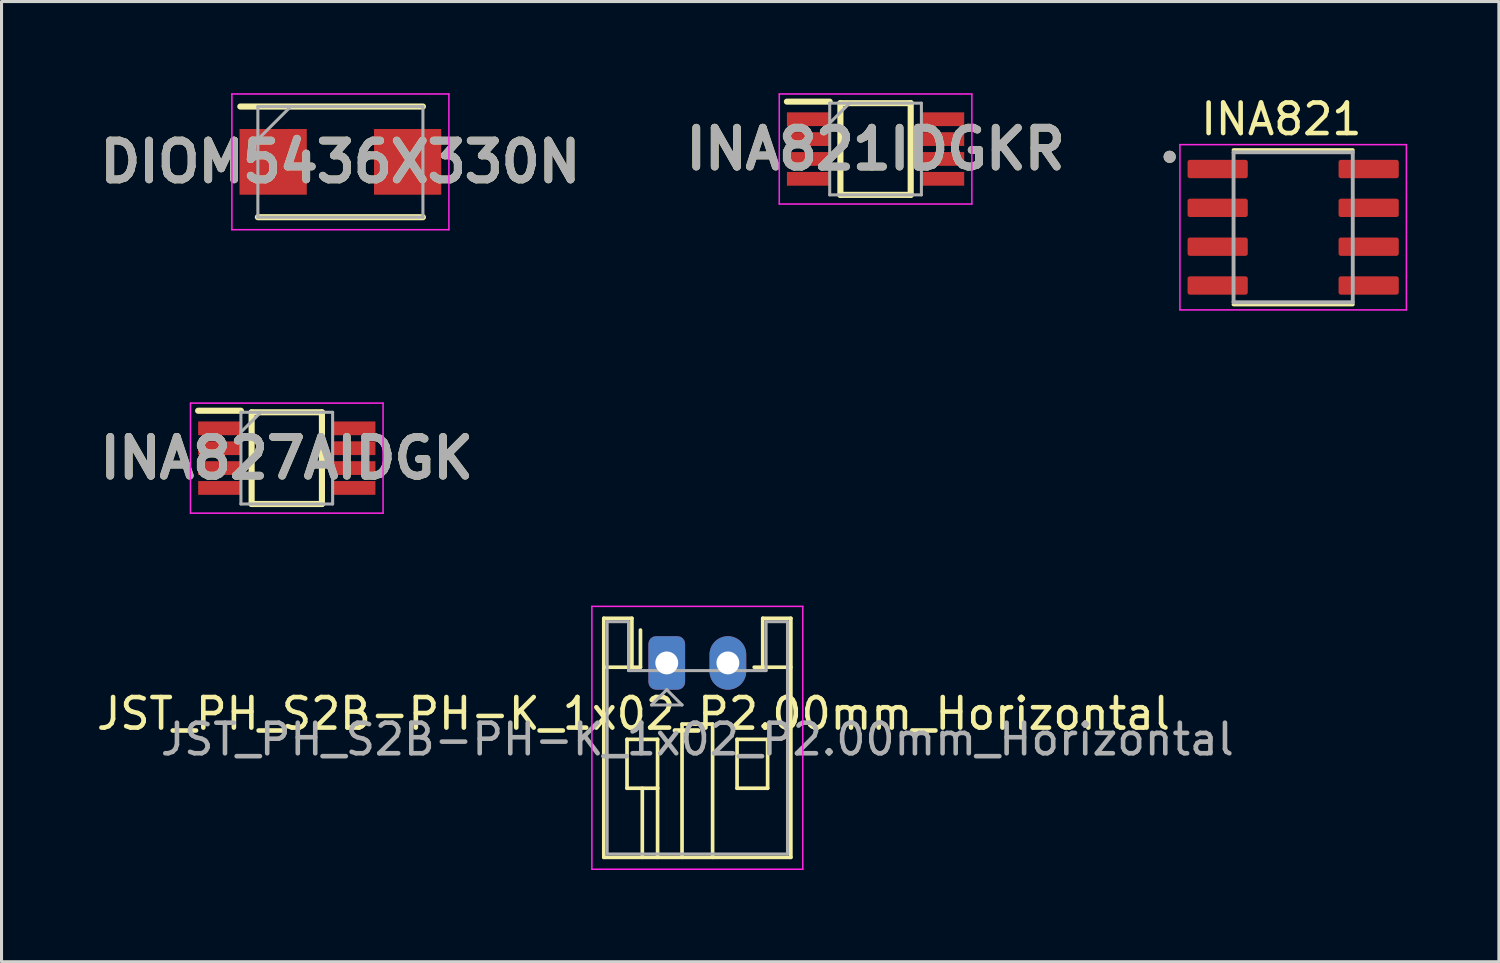
<source format=kicad_pcb>
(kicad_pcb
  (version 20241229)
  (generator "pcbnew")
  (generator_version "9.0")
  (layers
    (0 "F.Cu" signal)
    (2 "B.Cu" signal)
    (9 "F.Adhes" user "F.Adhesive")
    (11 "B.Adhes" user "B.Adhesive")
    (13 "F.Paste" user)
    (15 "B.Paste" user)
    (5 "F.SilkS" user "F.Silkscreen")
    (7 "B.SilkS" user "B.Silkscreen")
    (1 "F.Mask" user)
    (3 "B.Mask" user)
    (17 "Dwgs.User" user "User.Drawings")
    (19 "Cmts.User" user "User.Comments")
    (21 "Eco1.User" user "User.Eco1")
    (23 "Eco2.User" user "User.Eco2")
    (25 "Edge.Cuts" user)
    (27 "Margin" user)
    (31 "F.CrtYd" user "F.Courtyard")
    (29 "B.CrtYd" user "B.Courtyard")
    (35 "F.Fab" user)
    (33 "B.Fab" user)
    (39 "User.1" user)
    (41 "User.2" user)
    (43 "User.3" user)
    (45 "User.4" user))
  (footprint "INA827AIDGK"
    (layer "F.Cu")
    (at 6.332 11.938)
    (property "Reference" "INA827AIDGK" (at 0 0 0) (layer "F.SilkS") (effects (font (size 1.27 1.27) (thickness 0.254))))
    (attr smd)
    (fp_line (start -2.9 -1.55) (end -1.5 -1.55) (stroke (width 0.2) (type solid)) (layer "F.SilkS"))
    (fp_line (start -1.15 -1.5) (end 1.15 -1.5) (stroke (width 0.2) (type solid)) (layer "F.SilkS"))
    (fp_line (start -1.15 1.5) (end -1.15 -1.5) (stroke (width 0.2) (type solid)) (layer "F.SilkS"))
    (fp_line (start 1.15 -1.5) (end 1.15 1.5) (stroke (width 0.2) (type solid)) (layer "F.SilkS"))
    (fp_line (start 1.15 1.5) (end -1.15 1.5) (stroke (width 0.2) (type solid)) (layer "F.SilkS"))
    (fp_line (start -3.15 -1.8) (end 3.15 -1.8) (stroke (width 0.05) (type solid)) (layer "F.CrtYd"))
    (fp_line (start -3.15 1.8) (end -3.15 -1.8) (stroke (width 0.05) (type solid)) (layer "F.CrtYd"))
    (fp_line (start 3.15 -1.8) (end 3.15 1.8) (stroke (width 0.05) (type solid)) (layer "F.CrtYd"))
    (fp_line (start 3.15 1.8) (end -3.15 1.8) (stroke (width 0.05) (type solid)) (layer "F.CrtYd"))
    (fp_line (start -1.5 -1.5) (end 1.5 -1.5) (stroke (width 0.1) (type solid)) (layer "F.Fab"))
    (fp_line (start -1.5 -0.85) (end -0.85 -1.5) (stroke (width 0.1) (type solid)) (layer "F.Fab"))
    (fp_line (start -1.5 1.5) (end -1.5 -1.5) (stroke (width 0.1) (type solid)) (layer "F.Fab"))
    (fp_line (start 1.5 -1.5) (end 1.5 1.5) (stroke (width 0.1) (type solid)) (layer "F.Fab"))
    (fp_line (start 1.5 1.5) (end -1.5 1.5) (stroke (width 0.1) (type solid)) (layer "F.Fab"))
    (fp_text user "${REFERENCE}" (at 0 0 0) (layer "F.Fab") (effects (font (size 1.27 1.27) (thickness 0.254))))
    (pad "1" smd rect (at -2.2 -0.975 90) (size 0.45 1.4) (layers "F.Cu" "F.Mask" "F.Paste"))
    (pad "2" smd rect (at -2.2 -0.325 90) (size 0.45 1.4) (layers "F.Cu" "F.Mask" "F.Paste"))
    (pad "3" smd rect (at -2.2 0.325 90) (size 0.45 1.4) (layers "F.Cu" "F.Mask" "F.Paste"))
    (pad "4" smd rect (at -2.2 0.975 90) (size 0.45 1.4) (layers "F.Cu" "F.Mask" "F.Paste"))
    (pad "5" smd rect (at 2.2 0.975 90) (size 0.45 1.4) (layers "F.Cu" "F.Mask" "F.Paste"))
    (pad "6" smd rect (at 2.2 0.325 90) (size 0.45 1.4) (layers "F.Cu" "F.Mask" "F.Paste"))
    (pad "7" smd rect (at 2.2 -0.325 90) (size 0.45 1.4) (layers "F.Cu" "F.Mask" "F.Paste"))
    (pad "8" smd rect (at 2.2 -0.975 90) (size 0.45 1.4) (layers "F.Cu" "F.Mask" "F.Paste")))
  (footprint "INA821IDGKR"
    (layer "F.Cu")
    (at 25.594 1.825)
    (property "Reference" "INA821IDGKR" (at 0 0 0) (layer "F.SilkS") (effects (font (size 1.27 1.27) (thickness 0.254))))
    (attr smd)
    (fp_line (start -2.9 -1.55) (end -1.5 -1.55) (stroke (width 0.2) (type solid)) (layer "F.SilkS"))
    (fp_line (start -1.15 -1.5) (end 1.15 -1.5) (stroke (width 0.2) (type solid)) (layer "F.SilkS"))
    (fp_line (start -1.15 1.5) (end -1.15 -1.5) (stroke (width 0.2) (type solid)) (layer "F.SilkS"))
    (fp_line (start 1.15 -1.5) (end 1.15 1.5) (stroke (width 0.2) (type solid)) (layer "F.SilkS"))
    (fp_line (start 1.15 1.5) (end -1.15 1.5) (stroke (width 0.2) (type solid)) (layer "F.SilkS"))
    (fp_line (start -3.15 -1.8) (end 3.15 -1.8) (stroke (width 0.05) (type solid)) (layer "F.CrtYd"))
    (fp_line (start -3.15 1.8) (end -3.15 -1.8) (stroke (width 0.05) (type solid)) (layer "F.CrtYd"))
    (fp_line (start 3.15 -1.8) (end 3.15 1.8) (stroke (width 0.05) (type solid)) (layer "F.CrtYd"))
    (fp_line (start 3.15 1.8) (end -3.15 1.8) (stroke (width 0.05) (type solid)) (layer "F.CrtYd"))
    (fp_line (start -1.5 -1.5) (end 1.5 -1.5) (stroke (width 0.1) (type solid)) (layer "F.Fab"))
    (fp_line (start -1.5 -0.85) (end -0.85 -1.5) (stroke (width 0.1) (type solid)) (layer "F.Fab"))
    (fp_line (start -1.5 1.5) (end -1.5 -1.5) (stroke (width 0.1) (type solid)) (layer "F.Fab"))
    (fp_line (start 1.5 -1.5) (end 1.5 1.5) (stroke (width 0.1) (type solid)) (layer "F.Fab"))
    (fp_line (start 1.5 1.5) (end -1.5 1.5) (stroke (width 0.1) (type solid)) (layer "F.Fab"))
    (fp_text user "${REFERENCE}" (at 0 0 0) (layer "F.Fab") (effects (font (size 1.27 1.27) (thickness 0.254))))
    (pad "1" smd rect (at -2.2 -0.975 90) (size 0.45 1.4) (layers "F.Cu" "F.Mask" "F.Paste"))
    (pad "2" smd rect (at -2.2 -0.325 90) (size 0.45 1.4) (layers "F.Cu" "F.Mask" "F.Paste"))
    (pad "3" smd rect (at -2.2 0.325 90) (size 0.45 1.4) (layers "F.Cu" "F.Mask" "F.Paste"))
    (pad "4" smd rect (at -2.2 0.975 90) (size 0.45 1.4) (layers "F.Cu" "F.Mask" "F.Paste"))
    (pad "5" smd rect (at 2.2 0.975 90) (size 0.45 1.4) (layers "F.Cu" "F.Mask" "F.Paste"))
    (pad "6" smd rect (at 2.2 0.325 90) (size 0.45 1.4) (layers "F.Cu" "F.Mask" "F.Paste"))
    (pad "7" smd rect (at 2.2 -0.325 90) (size 0.45 1.4) (layers "F.Cu" "F.Mask" "F.Paste"))
    (pad "8" smd rect (at 2.2 -0.975 90) (size 0.45 1.4) (layers "F.Cu" "F.Mask" "F.Paste")))
  (footprint "INA821"
    (layer "F.Cu")
    (at 39.256 4.385)
    (property "Reference" "INA821" (at -0.385 -3.537 0) (layer "F.SilkS") (effects (font (size 1 1) (thickness 0.15))))
    (attr smd)
    (fp_line (start -1.95 -2.525) (end 1.95 -2.525) (stroke (width 0.127) (type solid)) (layer "F.SilkS"))
    (fp_line (start -1.95 2.525) (end 1.95 2.525) (stroke (width 0.127) (type solid)) (layer "F.SilkS"))
    (fp_circle (center -4.04 -2.305) (end -3.94 -2.305) (stroke (width 0.2) (type solid)) (fill no) (layer "F.SilkS"))
    (fp_line (start -3.705 -2.703) (end -3.705 2.703) (stroke (width 0.05) (type solid)) (layer "F.CrtYd"))
    (fp_line (start -3.705 -2.703) (end 3.705 -2.703) (stroke (width 0.05) (type solid)) (layer "F.CrtYd"))
    (fp_line (start -3.705 2.703) (end 3.705 2.703) (stroke (width 0.05) (type solid)) (layer "F.CrtYd"))
    (fp_line (start 3.705 -2.703) (end 3.705 2.703) (stroke (width 0.05) (type solid)) (layer "F.CrtYd"))
    (fp_line (start -1.95 -2.453) (end -1.95 2.453) (stroke (width 0.127) (type solid)) (layer "F.Fab"))
    (fp_line (start -1.95 -2.453) (end 1.95 -2.453) (stroke (width 0.127) (type solid)) (layer "F.Fab"))
    (fp_line (start -1.95 2.453) (end 1.95 2.453) (stroke (width 0.127) (type solid)) (layer "F.Fab"))
    (fp_line (start 1.95 -2.453) (end 1.95 2.453) (stroke (width 0.127) (type solid)) (layer "F.Fab"))
    (fp_circle (center -4.04 -2.305) (end -3.94 -2.305) (stroke (width 0.2) (type solid)) (fill no) (layer "F.Fab"))
    (pad "1" smd roundrect (at -2.47 -1.905) (size 1.97 0.6) (layers "F.Cu" "F.Mask" "F.Paste") (roundrect_rratio 0.125))
    (pad "2" smd roundrect (at -2.47 -0.635) (size 1.97 0.6) (layers "F.Cu" "F.Mask" "F.Paste") (roundrect_rratio 0.125))
    (pad "3" smd roundrect (at -2.47 0.635) (size 1.97 0.6) (layers "F.Cu" "F.Mask" "F.Paste") (roundrect_rratio 0.125))
    (pad "4" smd roundrect (at -2.47 1.905) (size 1.97 0.6) (layers "F.Cu" "F.Mask" "F.Paste") (roundrect_rratio 0.125))
    (pad "5" smd roundrect (at 2.47 1.905) (size 1.97 0.6) (layers "F.Cu" "F.Mask" "F.Paste") (roundrect_rratio 0.125))
    (pad "6" smd roundrect (at 2.47 0.635) (size 1.97 0.6) (layers "F.Cu" "F.Mask" "F.Paste") (roundrect_rratio 0.125))
    (pad "7" smd roundrect (at 2.47 -0.635) (size 1.97 0.6) (layers "F.Cu" "F.Mask" "F.Paste") (roundrect_rratio 0.125))
    (pad "8" smd roundrect (at 2.47 -1.905) (size 1.97 0.6) (layers "F.Cu" "F.Mask" "F.Paste") (roundrect_rratio 0.125)))
  (footprint "DIOM5436X330N"
    (layer "F.Cu")
    (at 8.086 2.245)
    (property "Reference" "DIOM5436X330N" (at 0 0 0) (layer "F.SilkS") (effects (font (size 1.27 1.27) (thickness 0.254))))
    (attr smd)
    (fp_line (start -2.7 1.81) (end 2.7 1.81) (stroke (width 0.2) (type solid)) (layer "F.SilkS"))
    (fp_line (start 2.7 -1.81) (end -3.275 -1.81) (stroke (width 0.2) (type solid)) (layer "F.SilkS"))
    (fp_line (start -3.55 -2.22) (end 3.55 -2.22) (stroke (width 0.05) (type solid)) (layer "F.CrtYd"))
    (fp_line (start -3.55 2.22) (end -3.55 -2.22) (stroke (width 0.05) (type solid)) (layer "F.CrtYd"))
    (fp_line (start 3.55 -2.22) (end 3.55 2.22) (stroke (width 0.05) (type solid)) (layer "F.CrtYd"))
    (fp_line (start 3.55 2.22) (end -3.55 2.22) (stroke (width 0.05) (type solid)) (layer "F.CrtYd"))
    (fp_line (start -2.7 -1.81) (end 2.7 -1.81) (stroke (width 0.1) (type solid)) (layer "F.Fab"))
    (fp_line (start -2.7 -0.735) (end -1.625 -1.81) (stroke (width 0.1) (type solid)) (layer "F.Fab"))
    (fp_line (start -2.7 1.81) (end -2.7 -1.81) (stroke (width 0.1) (type solid)) (layer "F.Fab"))
    (fp_line (start 2.7 -1.81) (end 2.7 1.81) (stroke (width 0.1) (type solid)) (layer "F.Fab"))
    (fp_line (start 2.7 1.81) (end -2.7 1.81) (stroke (width 0.1) (type solid)) (layer "F.Fab"))
    (fp_text user "${REFERENCE}" (at 0 0 0) (layer "F.Fab") (effects (font (size 1.27 1.27) (thickness 0.254))))
    (pad "1" smd rect (at -2.2 0 90) (size 2.15 2.2) (layers "F.Cu" "F.Mask" "F.Paste"))
    (pad "2" smd rect (at 2.2 0 90) (size 2.15 2.2) (layers "F.Cu" "F.Mask" "F.Paste")))
  (footprint "JST_PH_S2B-PH-K_1x02_P2.00mm_Horizontal"
    (layer "F.Cu")
    (at 18.763 18.638)
    (property "Reference" "JST_PH_S2B-PH-K_1x02_P2.00mm_Horizontal" (at -1.09 1.66 180) (layer "F.SilkS") (effects (font (size 1 1) (thickness 0.15))))
    (attr through_hole)
    (fp_line (start -2.06 -1.46) (end -2.06 6.36) (stroke (width 0.12) (type solid)) (layer "F.SilkS"))
    (fp_line (start -2.06 0.14) (end -1.14 0.14) (stroke (width 0.12) (type solid)) (layer "F.SilkS"))
    (fp_line (start -2.06 6.36) (end 4.06 6.36) (stroke (width 0.12) (type solid)) (layer "F.SilkS"))
    (fp_line (start -1.3 2.5) (end -1.3 4.1) (stroke (width 0.12) (type solid)) (layer "F.SilkS"))
    (fp_line (start -1.3 4.1) (end -0.3 4.1) (stroke (width 0.12) (type solid)) (layer "F.SilkS"))
    (fp_line (start -1.14 -1.46) (end -2.06 -1.46) (stroke (width 0.12) (type solid)) (layer "F.SilkS"))
    (fp_line (start -1.14 0.14) (end -1.14 -1.46) (stroke (width 0.12) (type solid)) (layer "F.SilkS"))
    (fp_line (start -0.86 0.14) (end -1.14 0.14) (stroke (width 0.12) (type solid)) (layer "F.SilkS"))
    (fp_line (start -0.86 0.14) (end -0.86 -1.075) (stroke (width 0.12) (type solid)) (layer "F.SilkS"))
    (fp_line (start -0.8 4.1) (end -0.8 6.36) (stroke (width 0.12) (type solid)) (layer "F.SilkS"))
    (fp_line (start -0.3 2.5) (end -1.3 2.5) (stroke (width 0.12) (type solid)) (layer "F.SilkS"))
    (fp_line (start -0.3 4.1) (end -0.3 2.5) (stroke (width 0.12) (type solid)) (layer "F.SilkS"))
    (fp_line (start -0.3 4.1) (end -0.3 6.36) (stroke (width 0.12) (type solid)) (layer "F.SilkS"))
    (fp_line (start 0.5 2) (end 1.5 2) (stroke (width 0.12) (type solid)) (layer "F.SilkS"))
    (fp_line (start 0.5 6.36) (end 0.5 2) (stroke (width 0.12) (type solid)) (layer "F.SilkS"))
    (fp_line (start 1.5 2) (end 1.5 6.36) (stroke (width 0.12) (type solid)) (layer "F.SilkS"))
    (fp_line (start 2.3 2.5) (end 3.3 2.5) (stroke (width 0.12) (type solid)) (layer "F.SilkS"))
    (fp_line (start 2.3 4.1) (end 2.3 2.5) (stroke (width 0.12) (type solid)) (layer "F.SilkS"))
    (fp_line (start 3.14 -1.46) (end 3.14 0.14) (stroke (width 0.12) (type solid)) (layer "F.SilkS"))
    (fp_line (start 3.14 0.14) (end 2.86 0.14) (stroke (width 0.12) (type solid)) (layer "F.SilkS"))
    (fp_line (start 3.3 2.5) (end 3.3 4.1) (stroke (width 0.12) (type solid)) (layer "F.SilkS"))
    (fp_line (start 3.3 4.1) (end 2.3 4.1) (stroke (width 0.12) (type solid)) (layer "F.SilkS"))
    (fp_line (start 4.06 -1.46) (end 3.14 -1.46) (stroke (width 0.12) (type solid)) (layer "F.SilkS"))
    (fp_line (start 4.06 0.14) (end 3.14 0.14) (stroke (width 0.12) (type solid)) (layer "F.SilkS"))
    (fp_line (start 4.06 6.36) (end 4.06 -1.46) (stroke (width 0.12) (type solid)) (layer "F.SilkS"))
    (fp_line (start -2.45 -1.85) (end -2.45 6.75) (stroke (width 0.05) (type solid)) (layer "F.CrtYd"))
    (fp_line (start -2.45 6.75) (end 4.45 6.75) (stroke (width 0.05) (type solid)) (layer "F.CrtYd"))
    (fp_line (start 4.45 -1.85) (end -2.45 -1.85) (stroke (width 0.05) (type solid)) (layer "F.CrtYd"))
    (fp_line (start 4.45 6.75) (end 4.45 -1.85) (stroke (width 0.05) (type solid)) (layer "F.CrtYd"))
    (fp_line (start -1.95 -1.35) (end -1.95 6.25) (stroke (width 0.1) (type solid)) (layer "F.Fab"))
    (fp_line (start -1.95 6.25) (end 3.95 6.25) (stroke (width 0.1) (type solid)) (layer "F.Fab"))
    (fp_line (start -1.25 -1.35) (end -1.95 -1.35) (stroke (width 0.1) (type solid)) (layer "F.Fab"))
    (fp_line (start -1.25 0.25) (end -1.25 -1.35) (stroke (width 0.1) (type solid)) (layer "F.Fab"))
    (fp_line (start -0.5 1.375) (end 0.5 1.375) (stroke (width 0.1) (type solid)) (layer "F.Fab"))
    (fp_line (start 0 0.875) (end -0.5 1.375) (stroke (width 0.1) (type solid)) (layer "F.Fab"))
    (fp_line (start 0.5 1.375) (end 0 0.875) (stroke (width 0.1) (type solid)) (layer "F.Fab"))
    (fp_line (start 3.25 -1.35) (end 3.25 0.25) (stroke (width 0.1) (type solid)) (layer "F.Fab"))
    (fp_line (start 3.25 0.25) (end -1.25 0.25) (stroke (width 0.1) (type solid)) (layer "F.Fab"))
    (fp_line (start 3.95 -1.35) (end 3.25 -1.35) (stroke (width 0.1) (type solid)) (layer "F.Fab"))
    (fp_line (start 3.95 6.25) (end 3.95 -1.35) (stroke (width 0.1) (type solid)) (layer "F.Fab"))
    (fp_text user "${REFERENCE}" (at 1 2.5 180) (layer "F.Fab") (effects (font (size 1 1) (thickness 0.15))))
    (pad "1" thru_hole roundrect (at 0 0) (size 1.2 1.75) (drill 0.75) (layers "*.Cu" "*.Mask") (roundrect_rratio 0.208))
    (pad "2" thru_hole oval (at 2 0) (size 1.2 1.75) (drill 0.75) (layers "*.Cu" "*.Mask")))
  (gr_rect
    (start -3 -3)
    (end 45.986 28.413)
    (stroke (width 0.1) (type default))
    (fill no)
    (layer "Edge.Cuts")))
</source>
